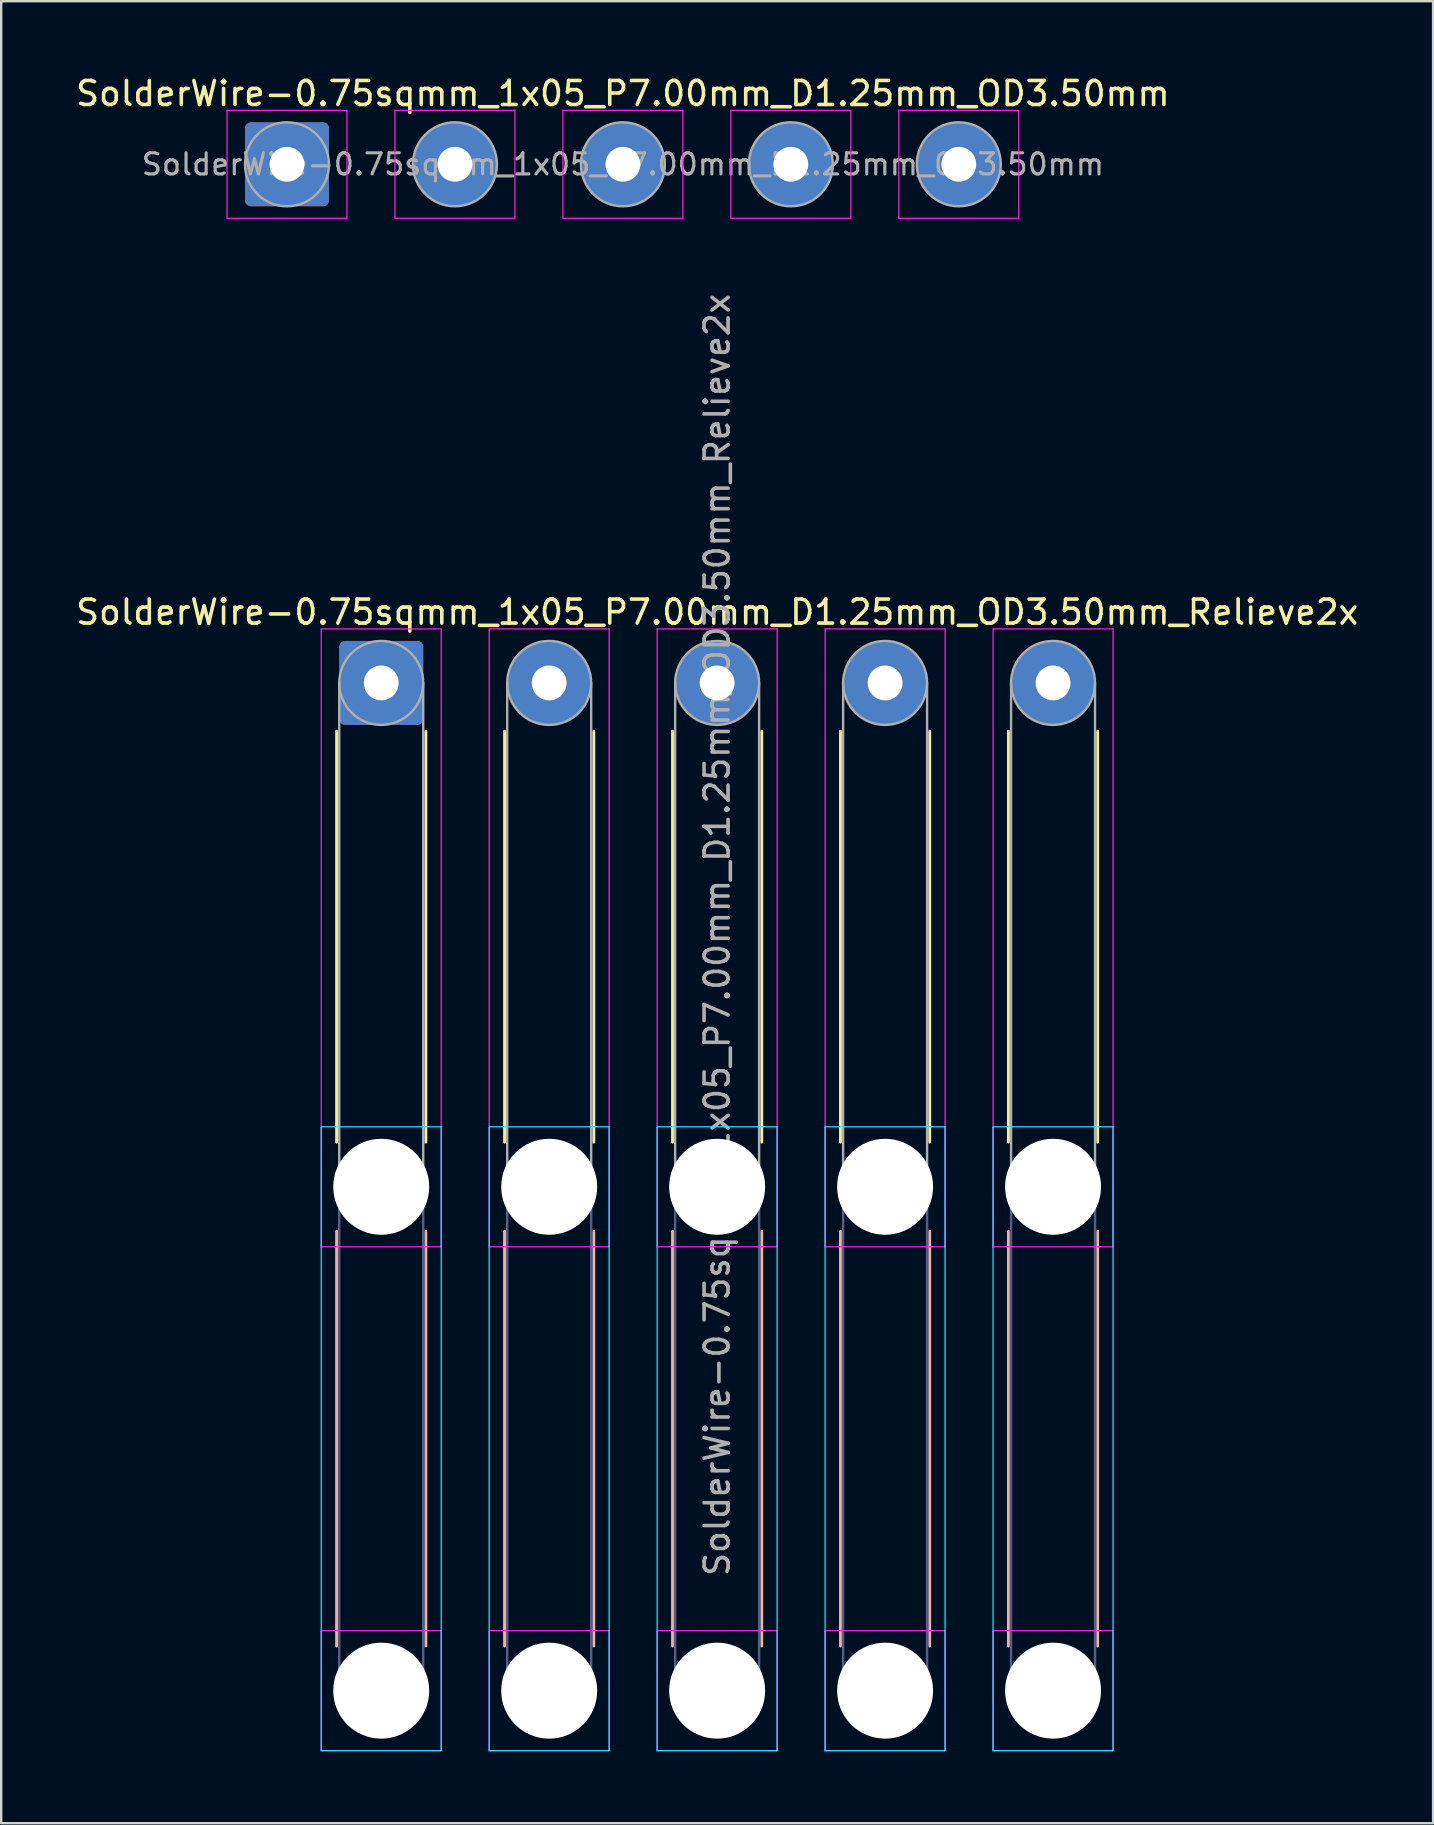
<source format=kicad_pcb>
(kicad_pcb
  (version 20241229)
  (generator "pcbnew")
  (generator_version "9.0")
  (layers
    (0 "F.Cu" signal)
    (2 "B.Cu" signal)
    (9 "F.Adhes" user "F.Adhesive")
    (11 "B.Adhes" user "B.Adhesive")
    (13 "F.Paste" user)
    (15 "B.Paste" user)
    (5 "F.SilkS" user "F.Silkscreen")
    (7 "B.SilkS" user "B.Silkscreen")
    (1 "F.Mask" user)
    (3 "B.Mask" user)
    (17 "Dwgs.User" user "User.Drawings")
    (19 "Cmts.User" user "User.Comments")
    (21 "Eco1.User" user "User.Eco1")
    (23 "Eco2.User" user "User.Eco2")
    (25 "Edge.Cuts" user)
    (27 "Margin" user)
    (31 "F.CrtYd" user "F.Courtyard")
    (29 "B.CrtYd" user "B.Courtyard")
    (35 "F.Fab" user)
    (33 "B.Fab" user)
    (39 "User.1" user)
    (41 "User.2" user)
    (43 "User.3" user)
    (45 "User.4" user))
  (footprint "SolderWire-0.75sqmm_1x05_P7.00mm_D1.25mm_OD3.50mm_Relieve2x"
    (layer "F.Cu")
    (at 12.839 25.413)
    (property "Reference" "SolderWire-0.75sqmm_1x05_P7.00mm_D1.25mm_OD3.50mm_Relieve2x" (at 14 -2.95 0) (layer "F.SilkS") (effects (font (size 1 1) (thickness 0.15))))
    (attr exclude_from_pos_files exclude_from_bom)
    (fp_line (start -1.86 2.01) (end -1.86 19.14) (stroke (width 0.12) (type solid)) (layer "F.SilkS"))
    (fp_line (start 1.86 2.01) (end 1.86 19.14) (stroke (width 0.12) (type solid)) (layer "F.SilkS"))
    (fp_line (start 5.14 2.01) (end 5.14 19.14) (stroke (width 0.12) (type solid)) (layer "F.SilkS"))
    (fp_line (start 8.86 2.01) (end 8.86 19.14) (stroke (width 0.12) (type solid)) (layer "F.SilkS"))
    (fp_line (start 12.14 2.01) (end 12.14 19.14) (stroke (width 0.12) (type solid)) (layer "F.SilkS"))
    (fp_line (start 15.86 2.01) (end 15.86 19.14) (stroke (width 0.12) (type solid)) (layer "F.SilkS"))
    (fp_line (start 19.14 2.01) (end 19.14 19.14) (stroke (width 0.12) (type solid)) (layer "F.SilkS"))
    (fp_line (start 22.86 2.01) (end 22.86 19.14) (stroke (width 0.12) (type solid)) (layer "F.SilkS"))
    (fp_line (start 26.14 2.01) (end 26.14 19.14) (stroke (width 0.12) (type solid)) (layer "F.SilkS"))
    (fp_line (start 29.86 2.01) (end 29.86 19.14) (stroke (width 0.12) (type solid)) (layer "F.SilkS"))
    (fp_line (start -1.86 22.86) (end -1.86 40.14) (stroke (width 0.12) (type solid)) (layer "B.SilkS"))
    (fp_line (start 1.86 22.86) (end 1.86 40.14) (stroke (width 0.12) (type solid)) (layer "B.SilkS"))
    (fp_line (start 5.14 22.86) (end 5.14 40.14) (stroke (width 0.12) (type solid)) (layer "B.SilkS"))
    (fp_line (start 8.86 22.86) (end 8.86 40.14) (stroke (width 0.12) (type solid)) (layer "B.SilkS"))
    (fp_line (start 12.14 22.86) (end 12.14 40.14) (stroke (width 0.12) (type solid)) (layer "B.SilkS"))
    (fp_line (start 15.86 22.86) (end 15.86 40.14) (stroke (width 0.12) (type solid)) (layer "B.SilkS"))
    (fp_line (start 19.14 22.86) (end 19.14 40.14) (stroke (width 0.12) (type solid)) (layer "B.SilkS"))
    (fp_line (start 22.86 22.86) (end 22.86 40.14) (stroke (width 0.12) (type solid)) (layer "B.SilkS"))
    (fp_line (start 26.14 22.86) (end 26.14 40.14) (stroke (width 0.12) (type solid)) (layer "B.SilkS"))
    (fp_line (start 29.86 22.86) (end 29.86 40.14) (stroke (width 0.12) (type solid)) (layer "B.SilkS"))
    (fp_line (start -2.5 18.5) (end -2.5 44.5) (stroke (width 0.05) (type solid)) (layer "B.CrtYd"))
    (fp_line (start -2.5 44.5) (end 2.5 44.5) (stroke (width 0.05) (type solid)) (layer "B.CrtYd"))
    (fp_line (start 2.5 18.5) (end -2.5 18.5) (stroke (width 0.05) (type solid)) (layer "B.CrtYd"))
    (fp_line (start 2.5 44.5) (end 2.5 18.5) (stroke (width 0.05) (type solid)) (layer "B.CrtYd"))
    (fp_line (start 4.5 18.5) (end 4.5 44.5) (stroke (width 0.05) (type solid)) (layer "B.CrtYd"))
    (fp_line (start 4.5 44.5) (end 9.5 44.5) (stroke (width 0.05) (type solid)) (layer "B.CrtYd"))
    (fp_line (start 9.5 18.5) (end 4.5 18.5) (stroke (width 0.05) (type solid)) (layer "B.CrtYd"))
    (fp_line (start 9.5 44.5) (end 9.5 18.5) (stroke (width 0.05) (type solid)) (layer "B.CrtYd"))
    (fp_line (start 11.5 18.5) (end 11.5 44.5) (stroke (width 0.05) (type solid)) (layer "B.CrtYd"))
    (fp_line (start 11.5 44.5) (end 16.5 44.5) (stroke (width 0.05) (type solid)) (layer "B.CrtYd"))
    (fp_line (start 16.5 18.5) (end 11.5 18.5) (stroke (width 0.05) (type solid)) (layer "B.CrtYd"))
    (fp_line (start 16.5 44.5) (end 16.5 18.5) (stroke (width 0.05) (type solid)) (layer "B.CrtYd"))
    (fp_line (start 18.5 18.5) (end 18.5 44.5) (stroke (width 0.05) (type solid)) (layer "B.CrtYd"))
    (fp_line (start 18.5 44.5) (end 23.5 44.5) (stroke (width 0.05) (type solid)) (layer "B.CrtYd"))
    (fp_line (start 23.5 18.5) (end 18.5 18.5) (stroke (width 0.05) (type solid)) (layer "B.CrtYd"))
    (fp_line (start 23.5 44.5) (end 23.5 18.5) (stroke (width 0.05) (type solid)) (layer "B.CrtYd"))
    (fp_line (start 25.5 18.5) (end 25.5 44.5) (stroke (width 0.05) (type solid)) (layer "B.CrtYd"))
    (fp_line (start 25.5 44.5) (end 30.5 44.5) (stroke (width 0.05) (type solid)) (layer "B.CrtYd"))
    (fp_line (start 30.5 18.5) (end 25.5 18.5) (stroke (width 0.05) (type solid)) (layer "B.CrtYd"))
    (fp_line (start 30.5 44.5) (end 30.5 18.5) (stroke (width 0.05) (type solid)) (layer "B.CrtYd"))
    (fp_line (start -2.5 -2.25) (end -2.5 23.5) (stroke (width 0.05) (type solid)) (layer "F.CrtYd"))
    (fp_line (start -2.5 23.5) (end 2.5 23.5) (stroke (width 0.05) (type solid)) (layer "F.CrtYd"))
    (fp_line (start -2.5 39.5) (end -2.5 44.5) (stroke (width 0.05) (type solid)) (layer "F.CrtYd"))
    (fp_line (start -2.5 44.5) (end 2.5 44.5) (stroke (width 0.05) (type solid)) (layer "F.CrtYd"))
    (fp_line (start 2.5 -2.25) (end -2.5 -2.25) (stroke (width 0.05) (type solid)) (layer "F.CrtYd"))
    (fp_line (start 2.5 23.5) (end 2.5 -2.25) (stroke (width 0.05) (type solid)) (layer "F.CrtYd"))
    (fp_line (start 2.5 39.5) (end -2.5 39.5) (stroke (width 0.05) (type solid)) (layer "F.CrtYd"))
    (fp_line (start 2.5 44.5) (end 2.5 39.5) (stroke (width 0.05) (type solid)) (layer "F.CrtYd"))
    (fp_line (start 4.5 -2.25) (end 4.5 23.5) (stroke (width 0.05) (type solid)) (layer "F.CrtYd"))
    (fp_line (start 4.5 23.5) (end 9.5 23.5) (stroke (width 0.05) (type solid)) (layer "F.CrtYd"))
    (fp_line (start 4.5 39.5) (end 4.5 44.5) (stroke (width 0.05) (type solid)) (layer "F.CrtYd"))
    (fp_line (start 4.5 44.5) (end 9.5 44.5) (stroke (width 0.05) (type solid)) (layer "F.CrtYd"))
    (fp_line (start 9.5 -2.25) (end 4.5 -2.25) (stroke (width 0.05) (type solid)) (layer "F.CrtYd"))
    (fp_line (start 9.5 23.5) (end 9.5 -2.25) (stroke (width 0.05) (type solid)) (layer "F.CrtYd"))
    (fp_line (start 9.5 39.5) (end 4.5 39.5) (stroke (width 0.05) (type solid)) (layer "F.CrtYd"))
    (fp_line (start 9.5 44.5) (end 9.5 39.5) (stroke (width 0.05) (type solid)) (layer "F.CrtYd"))
    (fp_line (start 11.5 -2.25) (end 11.5 23.5) (stroke (width 0.05) (type solid)) (layer "F.CrtYd"))
    (fp_line (start 11.5 23.5) (end 16.5 23.5) (stroke (width 0.05) (type solid)) (layer "F.CrtYd"))
    (fp_line (start 11.5 39.5) (end 11.5 44.5) (stroke (width 0.05) (type solid)) (layer "F.CrtYd"))
    (fp_line (start 11.5 44.5) (end 16.5 44.5) (stroke (width 0.05) (type solid)) (layer "F.CrtYd"))
    (fp_line (start 16.5 -2.25) (end 11.5 -2.25) (stroke (width 0.05) (type solid)) (layer "F.CrtYd"))
    (fp_line (start 16.5 23.5) (end 16.5 -2.25) (stroke (width 0.05) (type solid)) (layer "F.CrtYd"))
    (fp_line (start 16.5 39.5) (end 11.5 39.5) (stroke (width 0.05) (type solid)) (layer "F.CrtYd"))
    (fp_line (start 16.5 44.5) (end 16.5 39.5) (stroke (width 0.05) (type solid)) (layer "F.CrtYd"))
    (fp_line (start 18.5 -2.25) (end 18.5 23.5) (stroke (width 0.05) (type solid)) (layer "F.CrtYd"))
    (fp_line (start 18.5 23.5) (end 23.5 23.5) (stroke (width 0.05) (type solid)) (layer "F.CrtYd"))
    (fp_line (start 18.5 39.5) (end 18.5 44.5) (stroke (width 0.05) (type solid)) (layer "F.CrtYd"))
    (fp_line (start 18.5 44.5) (end 23.5 44.5) (stroke (width 0.05) (type solid)) (layer "F.CrtYd"))
    (fp_line (start 23.5 -2.25) (end 18.5 -2.25) (stroke (width 0.05) (type solid)) (layer "F.CrtYd"))
    (fp_line (start 23.5 23.5) (end 23.5 -2.25) (stroke (width 0.05) (type solid)) (layer "F.CrtYd"))
    (fp_line (start 23.5 39.5) (end 18.5 39.5) (stroke (width 0.05) (type solid)) (layer "F.CrtYd"))
    (fp_line (start 23.5 44.5) (end 23.5 39.5) (stroke (width 0.05) (type solid)) (layer "F.CrtYd"))
    (fp_line (start 25.5 -2.25) (end 25.5 23.5) (stroke (width 0.05) (type solid)) (layer "F.CrtYd"))
    (fp_line (start 25.5 23.5) (end 30.5 23.5) (stroke (width 0.05) (type solid)) (layer "F.CrtYd"))
    (fp_line (start 25.5 39.5) (end 25.5 44.5) (stroke (width 0.05) (type solid)) (layer "F.CrtYd"))
    (fp_line (start 25.5 44.5) (end 30.5 44.5) (stroke (width 0.05) (type solid)) (layer "F.CrtYd"))
    (fp_line (start 30.5 -2.25) (end 25.5 -2.25) (stroke (width 0.05) (type solid)) (layer "F.CrtYd"))
    (fp_line (start 30.5 23.5) (end 30.5 -2.25) (stroke (width 0.05) (type solid)) (layer "F.CrtYd"))
    (fp_line (start 30.5 39.5) (end 25.5 39.5) (stroke (width 0.05) (type solid)) (layer "F.CrtYd"))
    (fp_line (start 30.5 44.5) (end 30.5 39.5) (stroke (width 0.05) (type solid)) (layer "F.CrtYd"))
    (fp_line (start -1.75 21) (end -1.75 42) (stroke (width 0.1) (type solid)) (layer "B.Fab"))
    (fp_line (start 1.75 21) (end 1.75 42) (stroke (width 0.1) (type solid)) (layer "B.Fab"))
    (fp_line (start 5.25 21) (end 5.25 42) (stroke (width 0.1) (type solid)) (layer "B.Fab"))
    (fp_line (start 8.75 21) (end 8.75 42) (stroke (width 0.1) (type solid)) (layer "B.Fab"))
    (fp_line (start 12.25 21) (end 12.25 42) (stroke (width 0.1) (type solid)) (layer "B.Fab"))
    (fp_line (start 15.75 21) (end 15.75 42) (stroke (width 0.1) (type solid)) (layer "B.Fab"))
    (fp_line (start 19.25 21) (end 19.25 42) (stroke (width 0.1) (type solid)) (layer "B.Fab"))
    (fp_line (start 22.75 21) (end 22.75 42) (stroke (width 0.1) (type solid)) (layer "B.Fab"))
    (fp_line (start 26.25 21) (end 26.25 42) (stroke (width 0.1) (type solid)) (layer "B.Fab"))
    (fp_line (start 29.75 21) (end 29.75 42) (stroke (width 0.1) (type solid)) (layer "B.Fab"))
    (fp_circle (center 0 21) (end 1.75 21) (stroke (width 0.1) (type solid)) (fill no) (layer "B.Fab"))
    (fp_circle (center 0 42) (end 1.75 42) (stroke (width 0.1) (type solid)) (fill no) (layer "B.Fab"))
    (fp_circle (center 7 21) (end 8.75 21) (stroke (width 0.1) (type solid)) (fill no) (layer "B.Fab"))
    (fp_circle (center 7 42) (end 8.75 42) (stroke (width 0.1) (type solid)) (fill no) (layer "B.Fab"))
    (fp_circle (center 14 21) (end 15.75 21) (stroke (width 0.1) (type solid)) (fill no) (layer "B.Fab"))
    (fp_circle (center 14 42) (end 15.75 42) (stroke (width 0.1) (type solid)) (fill no) (layer "B.Fab"))
    (fp_circle (center 21 21) (end 22.75 21) (stroke (width 0.1) (type solid)) (fill no) (layer "B.Fab"))
    (fp_circle (center 21 42) (end 22.75 42) (stroke (width 0.1) (type solid)) (fill no) (layer "B.Fab"))
    (fp_circle (center 28 21) (end 29.75 21) (stroke (width 0.1) (type solid)) (fill no) (layer "B.Fab"))
    (fp_circle (center 28 42) (end 29.75 42) (stroke (width 0.1) (type solid)) (fill no) (layer "B.Fab"))
    (fp_line (start -1.75 0) (end -1.75 21) (stroke (width 0.1) (type solid)) (layer "F.Fab"))
    (fp_line (start 1.75 0) (end 1.75 21) (stroke (width 0.1) (type solid)) (layer "F.Fab"))
    (fp_line (start 5.25 0) (end 5.25 21) (stroke (width 0.1) (type solid)) (layer "F.Fab"))
    (fp_line (start 8.75 0) (end 8.75 21) (stroke (width 0.1) (type solid)) (layer "F.Fab"))
    (fp_line (start 12.25 0) (end 12.25 21) (stroke (width 0.1) (type solid)) (layer "F.Fab"))
    (fp_line (start 15.75 0) (end 15.75 21) (stroke (width 0.1) (type solid)) (layer "F.Fab"))
    (fp_line (start 19.25 0) (end 19.25 21) (stroke (width 0.1) (type solid)) (layer "F.Fab"))
    (fp_line (start 22.75 0) (end 22.75 21) (stroke (width 0.1) (type solid)) (layer "F.Fab"))
    (fp_line (start 26.25 0) (end 26.25 21) (stroke (width 0.1) (type solid)) (layer "F.Fab"))
    (fp_line (start 29.75 0) (end 29.75 21) (stroke (width 0.1) (type solid)) (layer "F.Fab"))
    (fp_circle (center 0 0) (end 1.75 0) (stroke (width 0.1) (type solid)) (fill no) (layer "F.Fab"))
    (fp_circle (center 0 21) (end 1.75 21) (stroke (width 0.1) (type solid)) (fill no) (layer "F.Fab"))
    (fp_circle (center 0 42) (end 1.75 42) (stroke (width 0.1) (type solid)) (fill no) (layer "F.Fab"))
    (fp_circle (center 7 0) (end 8.75 0) (stroke (width 0.1) (type solid)) (fill no) (layer "F.Fab"))
    (fp_circle (center 7 21) (end 8.75 21) (stroke (width 0.1) (type solid)) (fill no) (layer "F.Fab"))
    (fp_circle (center 7 42) (end 8.75 42) (stroke (width 0.1) (type solid)) (fill no) (layer "F.Fab"))
    (fp_circle (center 14 0) (end 15.75 0) (stroke (width 0.1) (type solid)) (fill no) (layer "F.Fab"))
    (fp_circle (center 14 21) (end 15.75 21) (stroke (width 0.1) (type solid)) (fill no) (layer "F.Fab"))
    (fp_circle (center 14 42) (end 15.75 42) (stroke (width 0.1) (type solid)) (fill no) (layer "F.Fab"))
    (fp_circle (center 21 0) (end 22.75 0) (stroke (width 0.1) (type solid)) (fill no) (layer "F.Fab"))
    (fp_circle (center 21 21) (end 22.75 21) (stroke (width 0.1) (type solid)) (fill no) (layer "F.Fab"))
    (fp_circle (center 21 42) (end 22.75 42) (stroke (width 0.1) (type solid)) (fill no) (layer "F.Fab"))
    (fp_circle (center 28 0) (end 29.75 0) (stroke (width 0.1) (type solid)) (fill no) (layer "F.Fab"))
    (fp_circle (center 28 21) (end 29.75 21) (stroke (width 0.1) (type solid)) (fill no) (layer "F.Fab"))
    (fp_circle (center 28 42) (end 29.75 42) (stroke (width 0.1) (type solid)) (fill no) (layer "F.Fab"))
    (fp_text user "${REFERENCE}" (at 14 10.5 90) (layer "F.Fab") (effects (font (size 1 1) (thickness 0.15))))
    (pad "" np_thru_hole circle (at 0 21) (size 4 4) (drill 4) (layers "*.Cu" "*.Mask"))
    (pad "" np_thru_hole circle (at 0 42) (size 4 4) (drill 4) (layers "*.Cu" "*.Mask"))
    (pad "" np_thru_hole circle (at 7 21) (size 4 4) (drill 4) (layers "*.Cu" "*.Mask"))
    (pad "" np_thru_hole circle (at 7 42) (size 4 4) (drill 4) (layers "*.Cu" "*.Mask"))
    (pad "" np_thru_hole circle (at 14 21) (size 4 4) (drill 4) (layers "*.Cu" "*.Mask"))
    (pad "" np_thru_hole circle (at 14 42) (size 4 4) (drill 4) (layers "*.Cu" "*.Mask"))
    (pad "" np_thru_hole circle (at 21 21) (size 4 4) (drill 4) (layers "*.Cu" "*.Mask"))
    (pad "" np_thru_hole circle (at 21 42) (size 4 4) (drill 4) (layers "*.Cu" "*.Mask"))
    (pad "" np_thru_hole circle (at 28 21) (size 4 4) (drill 4) (layers "*.Cu" "*.Mask"))
    (pad "" np_thru_hole circle (at 28 42) (size 4 4) (drill 4) (layers "*.Cu" "*.Mask"))
    (pad "1" thru_hole roundrect (at 0 0) (size 3.5 3.5) (drill 1.45) (layers "*.Cu" "*.Mask") (roundrect_rratio 0.071))
    (pad "2" thru_hole circle (at 7 0) (size 3.5 3.5) (drill 1.45) (layers "*.Cu" "*.Mask"))
    (pad "3" thru_hole circle (at 14 0) (size 3.5 3.5) (drill 1.45) (layers "*.Cu" "*.Mask"))
    (pad "4" thru_hole circle (at 21 0) (size 3.5 3.5) (drill 1.45) (layers "*.Cu" "*.Mask"))
    (pad "5" thru_hole circle (at 28 0) (size 3.5 3.5) (drill 1.45) (layers "*.Cu" "*.Mask")))
  (footprint "SolderWire-0.75sqmm_1x05_P7.00mm_D1.25mm_OD3.50mm"
    (layer "F.Cu")
    (at 8.911 3.798)
    (property "Reference" "SolderWire-0.75sqmm_1x05_P7.00mm_D1.25mm_OD3.50mm" (at 14 -2.95 0) (layer "F.SilkS") (effects (font (size 1 1) (thickness 0.15))))
    (attr exclude_from_pos_files exclude_from_bom)
    (fp_line (start -2.5 -2.25) (end -2.5 2.25) (stroke (width 0.05) (type solid)) (layer "F.CrtYd"))
    (fp_line (start -2.5 2.25) (end 2.5 2.25) (stroke (width 0.05) (type solid)) (layer "F.CrtYd"))
    (fp_line (start 2.5 -2.25) (end -2.5 -2.25) (stroke (width 0.05) (type solid)) (layer "F.CrtYd"))
    (fp_line (start 2.5 2.25) (end 2.5 -2.25) (stroke (width 0.05) (type solid)) (layer "F.CrtYd"))
    (fp_line (start 4.5 -2.25) (end 4.5 2.25) (stroke (width 0.05) (type solid)) (layer "F.CrtYd"))
    (fp_line (start 4.5 2.25) (end 9.5 2.25) (stroke (width 0.05) (type solid)) (layer "F.CrtYd"))
    (fp_line (start 9.5 -2.25) (end 4.5 -2.25) (stroke (width 0.05) (type solid)) (layer "F.CrtYd"))
    (fp_line (start 9.5 2.25) (end 9.5 -2.25) (stroke (width 0.05) (type solid)) (layer "F.CrtYd"))
    (fp_line (start 11.5 -2.25) (end 11.5 2.25) (stroke (width 0.05) (type solid)) (layer "F.CrtYd"))
    (fp_line (start 11.5 2.25) (end 16.5 2.25) (stroke (width 0.05) (type solid)) (layer "F.CrtYd"))
    (fp_line (start 16.5 -2.25) (end 11.5 -2.25) (stroke (width 0.05) (type solid)) (layer "F.CrtYd"))
    (fp_line (start 16.5 2.25) (end 16.5 -2.25) (stroke (width 0.05) (type solid)) (layer "F.CrtYd"))
    (fp_line (start 18.5 -2.25) (end 18.5 2.25) (stroke (width 0.05) (type solid)) (layer "F.CrtYd"))
    (fp_line (start 18.5 2.25) (end 23.5 2.25) (stroke (width 0.05) (type solid)) (layer "F.CrtYd"))
    (fp_line (start 23.5 -2.25) (end 18.5 -2.25) (stroke (width 0.05) (type solid)) (layer "F.CrtYd"))
    (fp_line (start 23.5 2.25) (end 23.5 -2.25) (stroke (width 0.05) (type solid)) (layer "F.CrtYd"))
    (fp_line (start 25.5 -2.25) (end 25.5 2.25) (stroke (width 0.05) (type solid)) (layer "F.CrtYd"))
    (fp_line (start 25.5 2.25) (end 30.5 2.25) (stroke (width 0.05) (type solid)) (layer "F.CrtYd"))
    (fp_line (start 30.5 -2.25) (end 25.5 -2.25) (stroke (width 0.05) (type solid)) (layer "F.CrtYd"))
    (fp_line (start 30.5 2.25) (end 30.5 -2.25) (stroke (width 0.05) (type solid)) (layer "F.CrtYd"))
    (fp_circle (center 0 0) (end 1.75 0) (stroke (width 0.1) (type solid)) (fill no) (layer "F.Fab"))
    (fp_circle (center 7 0) (end 8.75 0) (stroke (width 0.1) (type solid)) (fill no) (layer "F.Fab"))
    (fp_circle (center 14 0) (end 15.75 0) (stroke (width 0.1) (type solid)) (fill no) (layer "F.Fab"))
    (fp_circle (center 21 0) (end 22.75 0) (stroke (width 0.1) (type solid)) (fill no) (layer "F.Fab"))
    (fp_circle (center 28 0) (end 29.75 0) (stroke (width 0.1) (type solid)) (fill no) (layer "F.Fab"))
    (fp_text user "${REFERENCE}" (at 14 0 0) (layer "F.Fab") (effects (font (size 0.88 0.88) (thickness 0.13))))
    (pad "1" thru_hole roundrect (at 0 0) (size 3.5 3.5) (drill 1.45) (layers "*.Cu" "*.Mask") (roundrect_rratio 0.071))
    (pad "2" thru_hole circle (at 7 0) (size 3.5 3.5) (drill 1.45) (layers "*.Cu" "*.Mask"))
    (pad "3" thru_hole circle (at 14 0) (size 3.5 3.5) (drill 1.45) (layers "*.Cu" "*.Mask"))
    (pad "4" thru_hole circle (at 21 0) (size 3.5 3.5) (drill 1.45) (layers "*.Cu" "*.Mask"))
    (pad "5" thru_hole circle (at 28 0) (size 3.5 3.5) (drill 1.45) (layers "*.Cu" "*.Mask")))
  (gr_rect
    (start -3 -3)
    (end 56.679 72.938)
    (stroke (width 0.1) (type default))
    (fill no)
    (layer "Edge.Cuts")))
</source>
